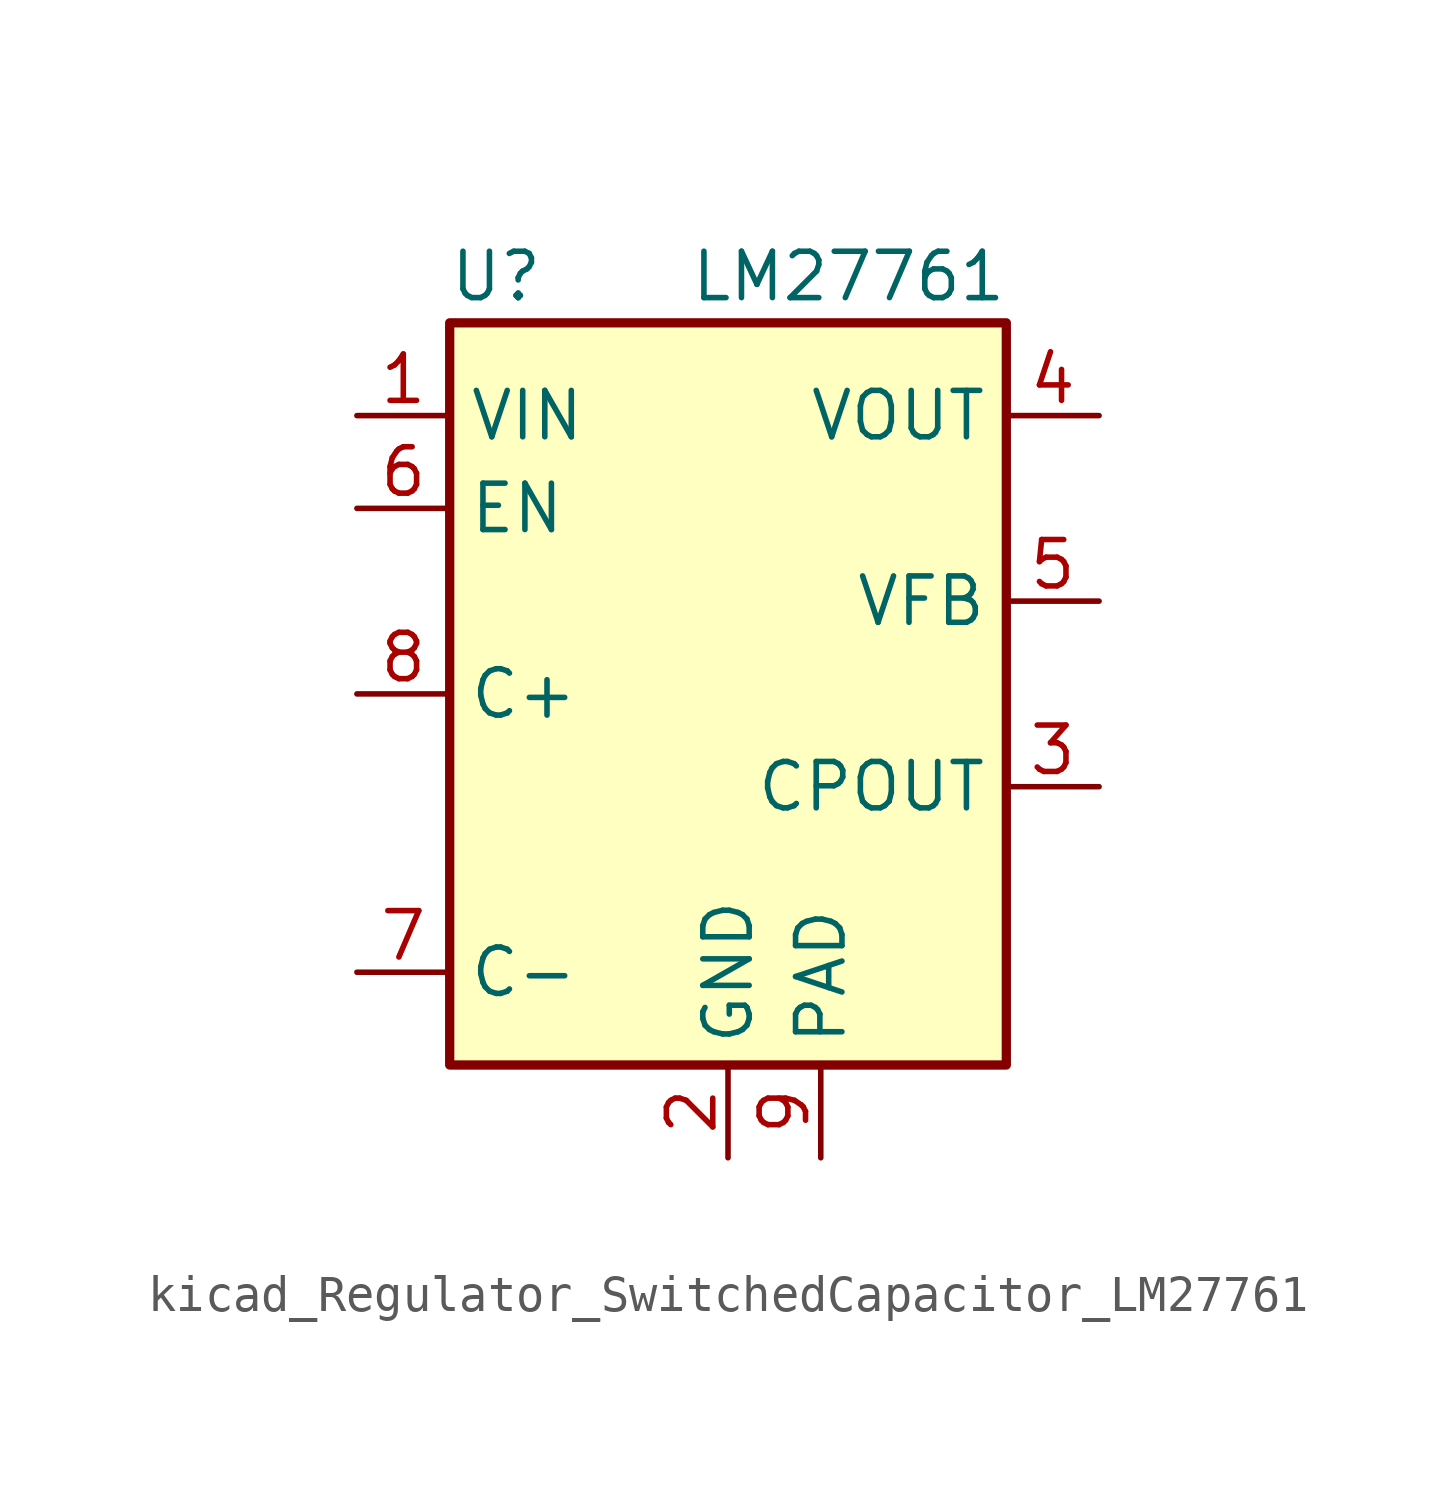
<source format=kicad_sym>
(kicad_symbol_lib
  (version 20220914)
  (generator kicad_symbol_editor)
  (symbol "kicad_Regulator_SwitchedCapacitor_LM27761"
    (property "Reference" "U"
      (at -6.35 11.43 0)
      (effects (font (size 1.27 1.27))))
    (property "Value" "LM27761"
      (at 3.302 11.43 0)
      (effects (font (size 1.27 1.27))))
    (symbol "kicad_Regulator_SwitchedCapacitor_LM27761_0_1"
      (rectangle (start -7.62 10.16) (end 7.62 -10.16) (stroke (width 0.254) (type default)) (fill (type background))))
    (symbol "kicad_Regulator_SwitchedCapacitor_LM27761_1_1"
      (pin power_in line (at -10.16 7.62 0) (length 2.54) (name "VIN" (effects (font (size 1.27 1.27)))) (number "1" (effects (font (size 1.27 1.27)))))
      (pin power_in line (at 0 -12.7 90) (length 2.54) (name "GND" (effects (font (size 1.27 1.27)))) (number "2" (effects (font (size 1.27 1.27)))))
      (pin power_out line (at 10.16 -2.54 180) (length 2.54) (name "CPOUT" (effects (font (size 1.27 1.27)))) (number "3" (effects (font (size 1.27 1.27)))))
      (pin power_out line (at 10.16 7.62 180) (length 2.54) (name "VOUT" (effects (font (size 1.27 1.27)))) (number "4" (effects (font (size 1.27 1.27)))))
      (pin input line (at 10.16 2.54 180) (length 2.54) (name "VFB" (effects (font (size 1.27 1.27)))) (number "5" (effects (font (size 1.27 1.27)))))
      (pin input line (at -10.16 5.08 0) (length 2.54) (name "EN" (effects (font (size 1.27 1.27)))) (number "6" (effects (font (size 1.27 1.27)))))
      (pin passive line (at -10.16 -7.62 0) (length 2.54) (name "C-" (effects (font (size 1.27 1.27)))) (number "7" (effects (font (size 1.27 1.27)))))
      (pin passive line (at -10.16 0 0) (length 2.54) (name "C+" (effects (font (size 1.27 1.27)))) (number "8" (effects (font (size 1.27 1.27)))))
      (pin power_in line (at 2.54 -12.7 90) (length 2.54) (name "PAD" (effects (font (size 1.27 1.27)))) (number "9" (effects (font (size 1.27 1.27))))))))
</source>
